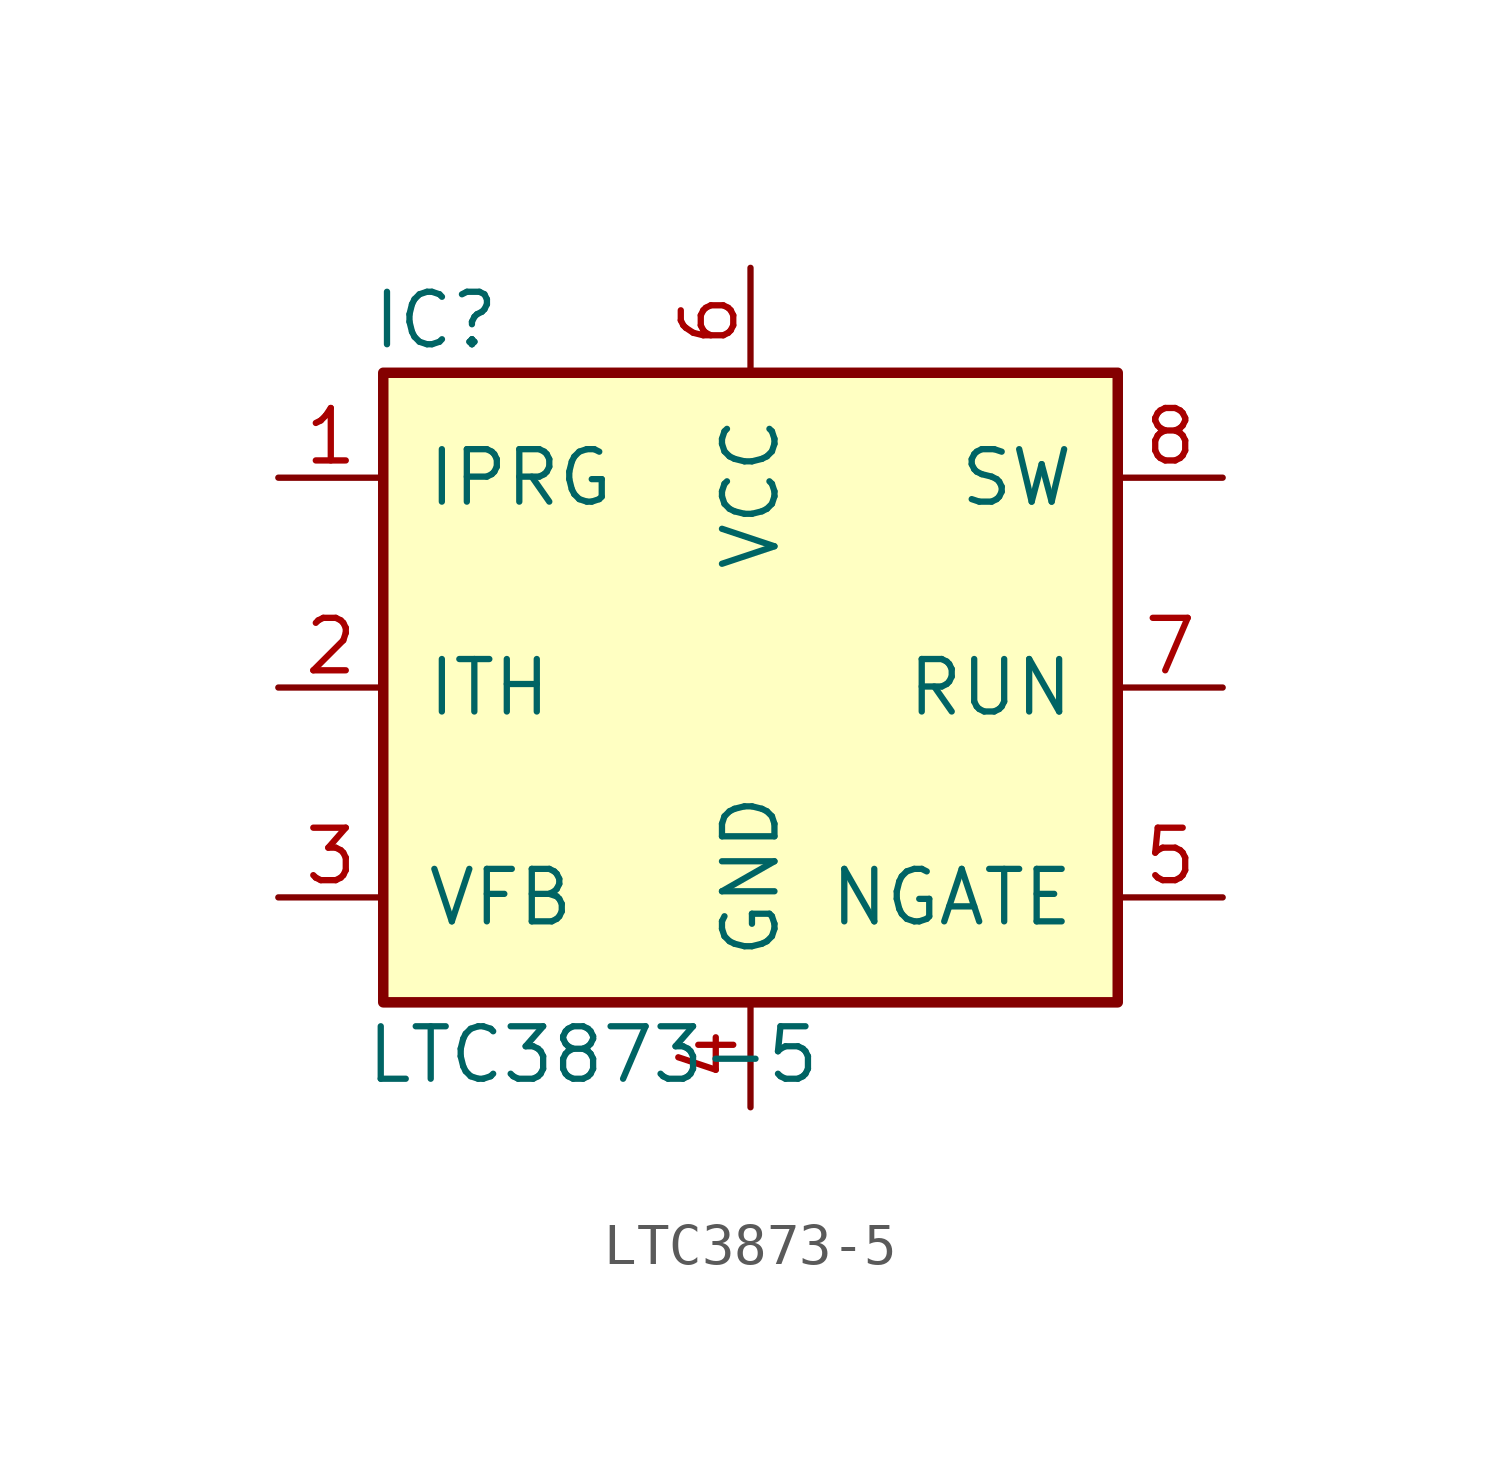
<source format=kicad_sym>
(kicad_symbol_lib
  (version 20231120)
  (generator "kicad_symbol_editor")
  (generator_version "8.0")
  (symbol "LTC3873-5"
    (pin_names
      (offset 1.016))
    (property "Reference" "IC"
      (at -7.62 8.89 0)
      (effects (font (size 1.27 1.27))))
    (property "Value" "LTC3873-5"
      (at -3.81 -8.89 0)
      (effects (font (size 1.27 1.27))))
    (symbol "LTC3873-5_1_1"
      (rectangle (start -8.89 7.62) (end 8.89 -7.62) (stroke (width 0.254) (type solid)) (fill (type background)))
      (pin input line (at -11.43 5.08 0) (length 2.54) (name "IPRG" (effects (font (size 1.27 1.27)))) (number "1" (effects (font (size 1.27 1.27)))))
      (pin input line (at -11.43 0 0) (length 2.54) (name "ITH" (effects (font (size 1.27 1.27)))) (number "2" (effects (font (size 1.27 1.27)))))
      (pin output line (at -11.43 -5.08 0) (length 2.54) (name "VFB" (effects (font (size 1.27 1.27)))) (number "3" (effects (font (size 1.27 1.27)))))
      (pin power_in line (at 0 -10.16 90) (length 2.54) (name "GND" (effects (font (size 1.27 1.27)))) (number "4" (effects (font (size 1.27 1.27)))))
      (pin output line (at 11.43 -5.08 180) (length 2.54) (name "NGATE" (effects (font (size 1.27 1.27)))) (number "5" (effects (font (size 1.27 1.27)))))
      (pin power_in line (at 0 10.16 270) (length 2.54) (name "VCC" (effects (font (size 1.27 1.27)))) (number "6" (effects (font (size 1.27 1.27)))))
      (pin output line (at 11.43 0 180) (length 2.54) (name "RUN" (effects (font (size 1.27 1.27)))) (number "7" (effects (font (size 1.27 1.27)))))
      (pin output line (at 11.43 5.08 180) (length 2.54) (name "SW" (effects (font (size 1.27 1.27)))) (number "8" (effects (font (size 1.27 1.27))))))))
</source>
